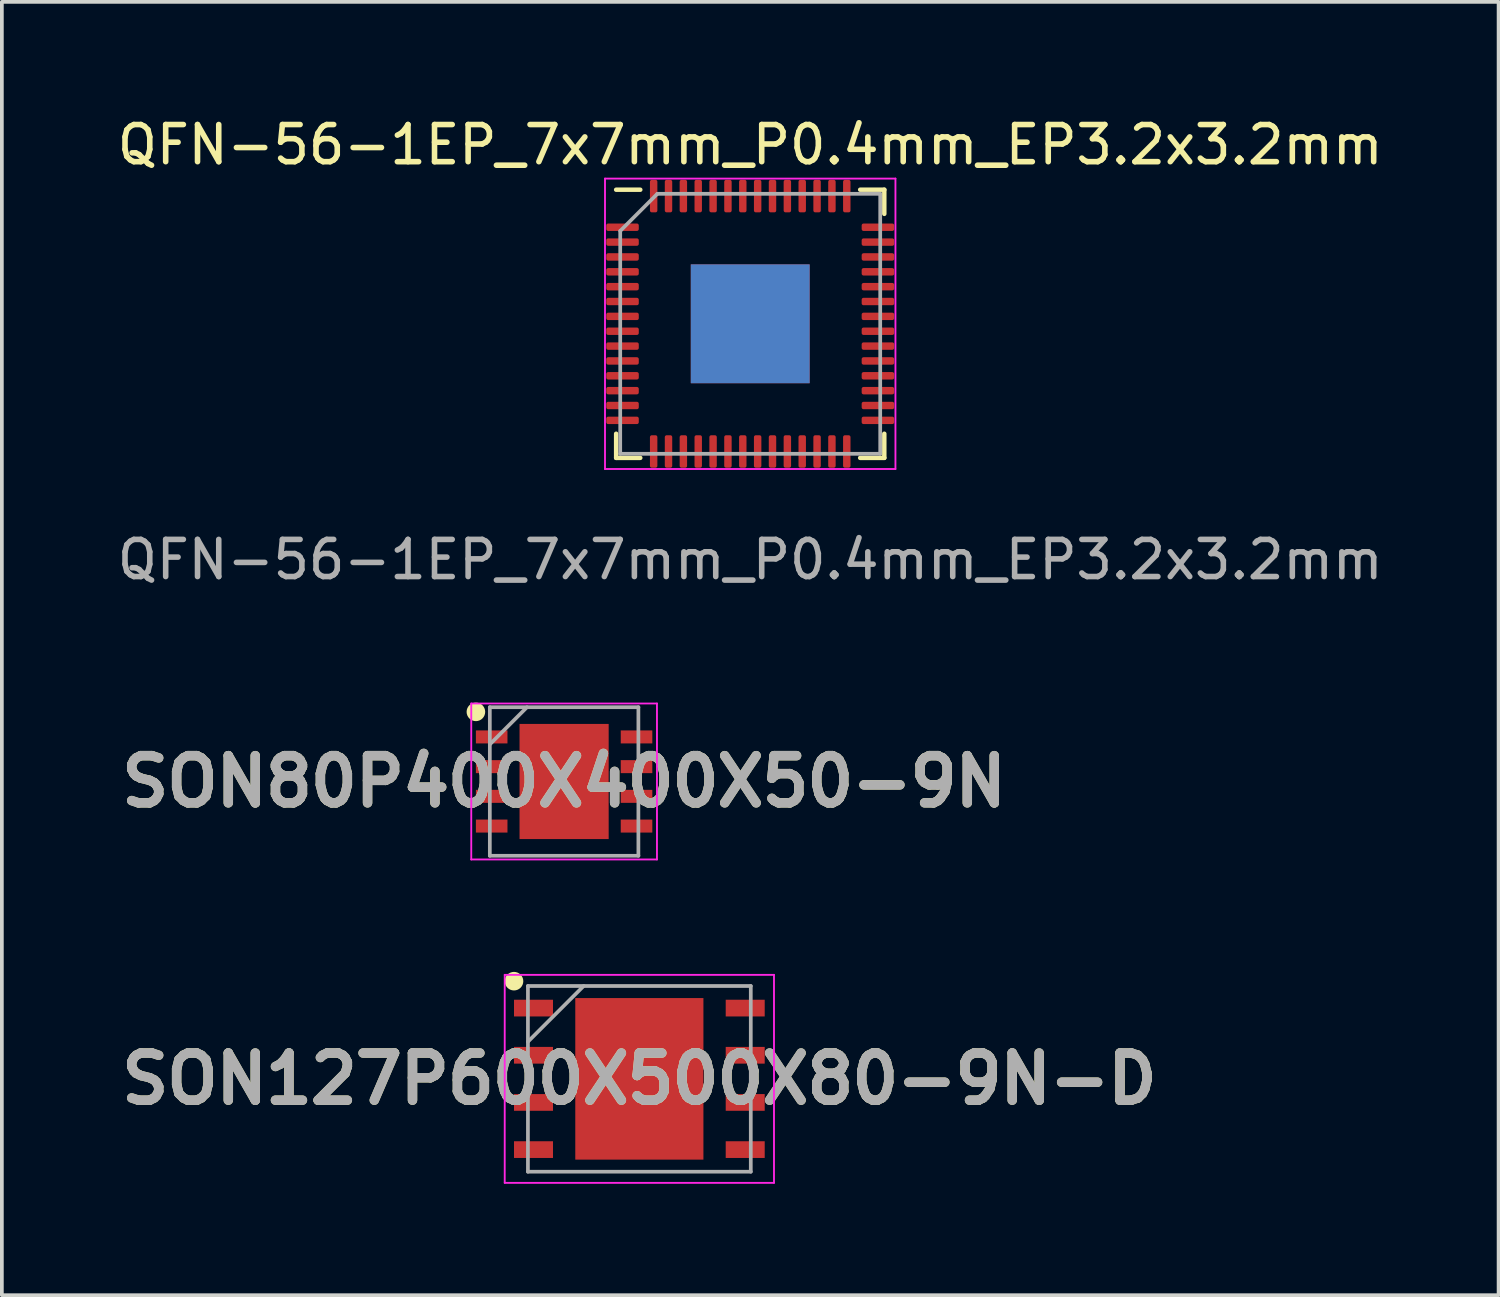
<source format=kicad_pcb>
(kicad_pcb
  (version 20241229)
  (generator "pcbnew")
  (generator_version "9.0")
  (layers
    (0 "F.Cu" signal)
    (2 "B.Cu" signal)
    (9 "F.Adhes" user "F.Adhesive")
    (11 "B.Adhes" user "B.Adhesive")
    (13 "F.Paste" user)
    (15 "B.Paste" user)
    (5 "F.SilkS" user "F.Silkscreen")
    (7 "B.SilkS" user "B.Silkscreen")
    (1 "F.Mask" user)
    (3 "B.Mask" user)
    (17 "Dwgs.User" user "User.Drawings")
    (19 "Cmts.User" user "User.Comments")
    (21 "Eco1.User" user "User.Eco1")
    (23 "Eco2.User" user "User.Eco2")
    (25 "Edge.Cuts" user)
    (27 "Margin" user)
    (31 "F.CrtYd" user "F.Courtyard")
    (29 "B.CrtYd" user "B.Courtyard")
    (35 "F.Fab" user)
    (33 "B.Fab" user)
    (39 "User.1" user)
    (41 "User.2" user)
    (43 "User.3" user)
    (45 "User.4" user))
  (footprint "SON127P600X500X80-9N-D"
    (layer "F.Cu")
    (at 14.164 25.997)
    (property "Reference" "SON127P600X500X80-9N-D" (at 0 0 0) (layer "F.SilkS") (effects (font (size 1.27 1.27) (thickness 0.254))))
    (attr smd)
    (fp_circle (center -3.375 -2.63) (end -3.375 -2.505) (stroke (width 0.25) (type solid)) (fill no) (layer "F.SilkS"))
    (fp_line (start -3.625 -2.8) (end 3.625 -2.8) (stroke (width 0.05) (type solid)) (layer "F.CrtYd"))
    (fp_line (start -3.625 2.8) (end -3.625 -2.8) (stroke (width 0.05) (type solid)) (layer "F.CrtYd"))
    (fp_line (start 3.625 -2.8) (end 3.625 2.8) (stroke (width 0.05) (type solid)) (layer "F.CrtYd"))
    (fp_line (start 3.625 2.8) (end -3.625 2.8) (stroke (width 0.05) (type solid)) (layer "F.CrtYd"))
    (fp_line (start -3 -2.5) (end 3 -2.5) (stroke (width 0.1) (type solid)) (layer "F.Fab"))
    (fp_line (start -3 -1) (end -1.5 -2.5) (stroke (width 0.1) (type solid)) (layer "F.Fab"))
    (fp_line (start -3 2.5) (end -3 -2.5) (stroke (width 0.1) (type solid)) (layer "F.Fab"))
    (fp_line (start 3 -2.5) (end 3 2.5) (stroke (width 0.1) (type solid)) (layer "F.Fab"))
    (fp_line (start 3 2.5) (end -3 2.5) (stroke (width 0.1) (type solid)) (layer "F.Fab"))
    (fp_text user "${REFERENCE}" (at 0 0 0) (layer "F.Fab") (effects (font (size 1.27 1.27) (thickness 0.254))))
    (pad "1" smd rect (at -2.85 -1.905 90) (size 0.45 1.05) (layers "F.Cu" "F.Mask" "F.Paste"))
    (pad "2" smd rect (at -2.85 -0.635 90) (size 0.45 1.05) (layers "F.Cu" "F.Mask" "F.Paste"))
    (pad "3" smd rect (at -2.85 0.635 90) (size 0.45 1.05) (layers "F.Cu" "F.Mask" "F.Paste"))
    (pad "4" smd rect (at -2.85 1.905 90) (size 0.45 1.05) (layers "F.Cu" "F.Mask" "F.Paste"))
    (pad "5" smd rect (at 2.85 1.905 90) (size 0.45 1.05) (layers "F.Cu" "F.Mask" "F.Paste"))
    (pad "6" smd rect (at 2.85 0.635 90) (size 0.45 1.05) (layers "F.Cu" "F.Mask" "F.Paste"))
    (pad "7" smd rect (at 2.85 -0.635 90) (size 0.45 1.05) (layers "F.Cu" "F.Mask" "F.Paste"))
    (pad "8" smd rect (at 2.85 -1.905 90) (size 0.45 1.05) (layers "F.Cu" "F.Mask" "F.Paste"))
    (pad "9" smd rect (at 0 0) (size 3.45 4.35) (layers "F.Cu" "F.Mask" "F.Paste")))
  (footprint "QFN-56-1EP_7x7mm_P0.4mm_EP3.2x3.2mm"
    (layer "F.Cu")
    (at 17.149 5.668)
    (property "Reference" "QFN-56-1EP_7x7mm_P0.4mm_EP3.2x3.2mm" (at 0 -4.82 0) (layer "F.SilkS") (effects (font (size 1 1) (thickness 0.15))))
    (attr smd)
    (fp_line (start -3.61 3.61) (end -3.61 2.96) (stroke (width 0.12) (type solid)) (layer "F.SilkS"))
    (fp_line (start -2.96 -3.61) (end -3.61 -3.61) (stroke (width 0.12) (type solid)) (layer "F.SilkS"))
    (fp_line (start -2.96 3.61) (end -3.61 3.61) (stroke (width 0.12) (type solid)) (layer "F.SilkS"))
    (fp_line (start 2.96 -3.61) (end 3.61 -3.61) (stroke (width 0.12) (type solid)) (layer "F.SilkS"))
    (fp_line (start 2.96 3.61) (end 3.61 3.61) (stroke (width 0.12) (type solid)) (layer "F.SilkS"))
    (fp_line (start 3.61 -3.61) (end 3.61 -2.96) (stroke (width 0.12) (type solid)) (layer "F.SilkS"))
    (fp_line (start 3.61 3.61) (end 3.61 2.96) (stroke (width 0.12) (type solid)) (layer "F.SilkS"))
    (fp_line (start -3.91 -3.91) (end -3.91 3.91) (stroke (width 0.05) (type solid)) (layer "F.CrtYd"))
    (fp_line (start -3.91 3.91) (end 3.91 3.91) (stroke (width 0.05) (type solid)) (layer "F.CrtYd"))
    (fp_line (start 3.91 -3.91) (end -3.91 -3.91) (stroke (width 0.05) (type solid)) (layer "F.CrtYd"))
    (fp_line (start 3.91 3.91) (end 3.91 -3.91) (stroke (width 0.05) (type solid)) (layer "F.CrtYd"))
    (fp_line (start -3.5 -2.5) (end -2.5 -3.5) (stroke (width 0.1) (type solid)) (layer "F.Fab"))
    (fp_line (start -3.5 3.5) (end -3.5 -2.5) (stroke (width 0.1) (type solid)) (layer "F.Fab"))
    (fp_line (start -2.5 -3.5) (end 3.5 -3.5) (stroke (width 0.1) (type solid)) (layer "F.Fab"))
    (fp_line (start 3.5 -3.5) (end 3.5 3.5) (stroke (width 0.1) (type solid)) (layer "F.Fab"))
    (fp_line (start 3.5 3.5) (end -3.5 3.5) (stroke (width 0.1) (type solid)) (layer "F.Fab"))
    (fp_text user "${REFERENCE}" (at 0 6.35 0) (layer "F.Fab") (effects (font (size 1 1) (thickness 0.15))))
    (pad "" smd roundrect (at -0.8 -0.8) (size 1.29 1.29) (layers "F.Paste") (roundrect_rratio 0.194))
    (pad "" smd roundrect (at -0.8 0.8) (size 1.29 1.29) (layers "F.Paste") (roundrect_rratio 0.194))
    (pad "" smd roundrect (at 0.8 -0.8) (size 1.29 1.29) (layers "F.Paste") (roundrect_rratio 0.194))
    (pad "" smd roundrect (at 0.8 0.8) (size 1.29 1.29) (layers "F.Paste") (roundrect_rratio 0.194))
    (pad "1" smd roundrect (at -3.438 -2.6) (size 0.875 0.2) (layers "F.Cu" "F.Mask" "F.Paste") (roundrect_rratio 0.25))
    (pad "2" smd roundrect (at -3.438 -2.2) (size 0.875 0.2) (layers "F.Cu" "F.Mask" "F.Paste") (roundrect_rratio 0.25))
    (pad "3" smd roundrect (at -3.438 -1.8) (size 0.875 0.2) (layers "F.Cu" "F.Mask" "F.Paste") (roundrect_rratio 0.25))
    (pad "4" smd roundrect (at -3.438 -1.4) (size 0.875 0.2) (layers "F.Cu" "F.Mask" "F.Paste") (roundrect_rratio 0.25))
    (pad "5" smd roundrect (at -3.438 -1) (size 0.875 0.2) (layers "F.Cu" "F.Mask" "F.Paste") (roundrect_rratio 0.25))
    (pad "6" smd roundrect (at -3.438 -0.6) (size 0.875 0.2) (layers "F.Cu" "F.Mask" "F.Paste") (roundrect_rratio 0.25))
    (pad "7" smd roundrect (at -3.438 -0.2) (size 0.875 0.2) (layers "F.Cu" "F.Mask" "F.Paste") (roundrect_rratio 0.25))
    (pad "8" smd roundrect (at -3.438 0.2) (size 0.875 0.2) (layers "F.Cu" "F.Mask" "F.Paste") (roundrect_rratio 0.25))
    (pad "9" smd roundrect (at -3.438 0.6) (size 0.875 0.2) (layers "F.Cu" "F.Mask" "F.Paste") (roundrect_rratio 0.25))
    (pad "10" smd roundrect (at -3.438 1) (size 0.875 0.2) (layers "F.Cu" "F.Mask" "F.Paste") (roundrect_rratio 0.25))
    (pad "11" smd roundrect (at -3.438 1.4) (size 0.875 0.2) (layers "F.Cu" "F.Mask" "F.Paste") (roundrect_rratio 0.25))
    (pad "12" smd roundrect (at -3.438 1.8) (size 0.875 0.2) (layers "F.Cu" "F.Mask" "F.Paste") (roundrect_rratio 0.25))
    (pad "13" smd roundrect (at -3.438 2.2) (size 0.875 0.2) (layers "F.Cu" "F.Mask" "F.Paste") (roundrect_rratio 0.25))
    (pad "14" smd roundrect (at -3.438 2.6) (size 0.875 0.2) (layers "F.Cu" "F.Mask" "F.Paste") (roundrect_rratio 0.25))
    (pad "15" smd roundrect (at -2.6 3.438) (size 0.2 0.875) (layers "F.Cu" "F.Mask" "F.Paste") (roundrect_rratio 0.25))
    (pad "16" smd roundrect (at -2.2 3.438) (size 0.2 0.875) (layers "F.Cu" "F.Mask" "F.Paste") (roundrect_rratio 0.25))
    (pad "17" smd roundrect (at -1.8 3.438) (size 0.2 0.875) (layers "F.Cu" "F.Mask" "F.Paste") (roundrect_rratio 0.25))
    (pad "18" smd roundrect (at -1.4 3.438) (size 0.2 0.875) (layers "F.Cu" "F.Mask" "F.Paste") (roundrect_rratio 0.25))
    (pad "19" smd roundrect (at -1 3.438) (size 0.2 0.875) (layers "F.Cu" "F.Mask" "F.Paste") (roundrect_rratio 0.25))
    (pad "20" smd roundrect (at -0.6 3.438) (size 0.2 0.875) (layers "F.Cu" "F.Mask" "F.Paste") (roundrect_rratio 0.25))
    (pad "21" smd roundrect (at -0.2 3.438) (size 0.2 0.875) (layers "F.Cu" "F.Mask" "F.Paste") (roundrect_rratio 0.25))
    (pad "22" smd roundrect (at 0.2 3.438) (size 0.2 0.875) (layers "F.Cu" "F.Mask" "F.Paste") (roundrect_rratio 0.25))
    (pad "23" smd roundrect (at 0.6 3.438) (size 0.2 0.875) (layers "F.Cu" "F.Mask" "F.Paste") (roundrect_rratio 0.25))
    (pad "24" smd roundrect (at 1 3.438) (size 0.2 0.875) (layers "F.Cu" "F.Mask" "F.Paste") (roundrect_rratio 0.25))
    (pad "25" smd roundrect (at 1.4 3.438) (size 0.2 0.875) (layers "F.Cu" "F.Mask" "F.Paste") (roundrect_rratio 0.25))
    (pad "26" smd roundrect (at 1.8 3.438) (size 0.2 0.875) (layers "F.Cu" "F.Mask" "F.Paste") (roundrect_rratio 0.25))
    (pad "27" smd roundrect (at 2.2 3.438) (size 0.2 0.875) (layers "F.Cu" "F.Mask" "F.Paste") (roundrect_rratio 0.25))
    (pad "28" smd roundrect (at 2.6 3.438) (size 0.2 0.875) (layers "F.Cu" "F.Mask" "F.Paste") (roundrect_rratio 0.25))
    (pad "29" smd roundrect (at 3.438 2.6) (size 0.875 0.2) (layers "F.Cu" "F.Mask" "F.Paste") (roundrect_rratio 0.25))
    (pad "30" smd roundrect (at 3.438 2.2) (size 0.875 0.2) (layers "F.Cu" "F.Mask" "F.Paste") (roundrect_rratio 0.25))
    (pad "31" smd roundrect (at 3.438 1.8) (size 0.875 0.2) (layers "F.Cu" "F.Mask" "F.Paste") (roundrect_rratio 0.25))
    (pad "32" smd roundrect (at 3.438 1.4) (size 0.875 0.2) (layers "F.Cu" "F.Mask" "F.Paste") (roundrect_rratio 0.25))
    (pad "33" smd roundrect (at 3.438 1) (size 0.875 0.2) (layers "F.Cu" "F.Mask" "F.Paste") (roundrect_rratio 0.25))
    (pad "34" smd roundrect (at 3.438 0.6) (size 0.875 0.2) (layers "F.Cu" "F.Mask" "F.Paste") (roundrect_rratio 0.25))
    (pad "35" smd roundrect (at 3.438 0.2) (size 0.875 0.2) (layers "F.Cu" "F.Mask" "F.Paste") (roundrect_rratio 0.25))
    (pad "36" smd roundrect (at 3.438 -0.2) (size 0.875 0.2) (layers "F.Cu" "F.Mask" "F.Paste") (roundrect_rratio 0.25))
    (pad "37" smd roundrect (at 3.438 -0.6) (size 0.875 0.2) (layers "F.Cu" "F.Mask" "F.Paste") (roundrect_rratio 0.25))
    (pad "38" smd roundrect (at 3.438 -1) (size 0.875 0.2) (layers "F.Cu" "F.Mask" "F.Paste") (roundrect_rratio 0.25))
    (pad "39" smd roundrect (at 3.438 -1.4) (size 0.875 0.2) (layers "F.Cu" "F.Mask" "F.Paste") (roundrect_rratio 0.25))
    (pad "40" smd roundrect (at 3.438 -1.8) (size 0.875 0.2) (layers "F.Cu" "F.Mask" "F.Paste") (roundrect_rratio 0.25))
    (pad "41" smd roundrect (at 3.438 -2.2) (size 0.875 0.2) (layers "F.Cu" "F.Mask" "F.Paste") (roundrect_rratio 0.25))
    (pad "42" smd roundrect (at 3.438 -2.6) (size 0.875 0.2) (layers "F.Cu" "F.Mask" "F.Paste") (roundrect_rratio 0.25))
    (pad "43" smd roundrect (at 2.6 -3.438) (size 0.2 0.875) (layers "F.Cu" "F.Mask" "F.Paste") (roundrect_rratio 0.25))
    (pad "44" smd roundrect (at 2.2 -3.438) (size 0.2 0.875) (layers "F.Cu" "F.Mask" "F.Paste") (roundrect_rratio 0.25))
    (pad "45" smd roundrect (at 1.8 -3.438) (size 0.2 0.875) (layers "F.Cu" "F.Mask" "F.Paste") (roundrect_rratio 0.25))
    (pad "46" smd roundrect (at 1.4 -3.438) (size 0.2 0.875) (layers "F.Cu" "F.Mask" "F.Paste") (roundrect_rratio 0.25))
    (pad "47" smd roundrect (at 1 -3.438) (size 0.2 0.875) (layers "F.Cu" "F.Mask" "F.Paste") (roundrect_rratio 0.25))
    (pad "48" smd roundrect (at 0.6 -3.438) (size 0.2 0.875) (layers "F.Cu" "F.Mask" "F.Paste") (roundrect_rratio 0.25))
    (pad "49" smd roundrect (at 0.2 -3.438) (size 0.2 0.875) (layers "F.Cu" "F.Mask" "F.Paste") (roundrect_rratio 0.25))
    (pad "50" smd roundrect (at -0.2 -3.438) (size 0.2 0.875) (layers "F.Cu" "F.Mask" "F.Paste") (roundrect_rratio 0.25))
    (pad "51" smd roundrect (at -0.6 -3.438) (size 0.2 0.875) (layers "F.Cu" "F.Mask" "F.Paste") (roundrect_rratio 0.25))
    (pad "52" smd roundrect (at -1 -3.438) (size 0.2 0.875) (layers "F.Cu" "F.Mask" "F.Paste") (roundrect_rratio 0.25))
    (pad "53" smd roundrect (at -1.4 -3.438) (size 0.2 0.875) (layers "F.Cu" "F.Mask" "F.Paste") (roundrect_rratio 0.25))
    (pad "54" smd roundrect (at -1.8 -3.438) (size 0.2 0.875) (layers "F.Cu" "F.Mask" "F.Paste") (roundrect_rratio 0.25))
    (pad "55" smd roundrect (at -2.2 -3.438) (size 0.2 0.875) (layers "F.Cu" "F.Mask" "F.Paste") (roundrect_rratio 0.25))
    (pad "56" smd roundrect (at -2.6 -3.438) (size 0.2 0.875) (layers "F.Cu" "F.Mask" "F.Paste") (roundrect_rratio 0.25))
    (pad "57" smd rect (at 0 0) (size 3.2 3.2) (layers "F.Cu" "F.Mask"))
    (pad "57" smd rect (at 0 0) (size 3.2 3.2) (property pad_prop_heatsink) (layers "B.Cu" "B.Mask")))
  (footprint "SON80P400X400X50-9N"
    (layer "F.Cu")
    (at 12.138 17.991)
    (property "Reference" "SON80P400X400X50-9N" (at 0 0 0) (layer "F.SilkS") (effects (font (size 1.27 1.27) (thickness 0.254))))
    (attr smd)
    (fp_circle (center -2.375 -1.875) (end -2.375 -1.75) (stroke (width 0.25) (type solid)) (fill no) (layer "F.SilkS"))
    (fp_line (start -2.5 -2.1) (end 2.5 -2.1) (stroke (width 0.05) (type solid)) (layer "F.CrtYd"))
    (fp_line (start -2.5 2.1) (end -2.5 -2.1) (stroke (width 0.05) (type solid)) (layer "F.CrtYd"))
    (fp_line (start 2.5 -2.1) (end 2.5 2.1) (stroke (width 0.05) (type solid)) (layer "F.CrtYd"))
    (fp_line (start 2.5 2.1) (end -2.5 2.1) (stroke (width 0.05) (type solid)) (layer "F.CrtYd"))
    (fp_line (start -2 -2) (end 2 -2) (stroke (width 0.1) (type solid)) (layer "F.Fab"))
    (fp_line (start -2 -1) (end -1 -2) (stroke (width 0.1) (type solid)) (layer "F.Fab"))
    (fp_line (start -2 2) (end -2 -2) (stroke (width 0.1) (type solid)) (layer "F.Fab"))
    (fp_line (start 2 -2) (end 2 2) (stroke (width 0.1) (type solid)) (layer "F.Fab"))
    (fp_line (start 2 2) (end -2 2) (stroke (width 0.1) (type solid)) (layer "F.Fab"))
    (fp_text user "${REFERENCE}" (at 0 0 0) (layer "F.Fab") (effects (font (size 1.27 1.27) (thickness 0.254))))
    (pad "1" smd rect (at -1.95 -1.2 90) (size 0.35 0.85) (layers "F.Cu" "F.Mask" "F.Paste"))
    (pad "2" smd rect (at -1.95 -0.4 90) (size 0.35 0.85) (layers "F.Cu" "F.Mask" "F.Paste"))
    (pad "3" smd rect (at -1.95 0.4 90) (size 0.35 0.85) (layers "F.Cu" "F.Mask" "F.Paste"))
    (pad "4" smd rect (at -1.95 1.2 90) (size 0.35 0.85) (layers "F.Cu" "F.Mask" "F.Paste"))
    (pad "5" smd rect (at 1.95 1.2 90) (size 0.35 0.85) (layers "F.Cu" "F.Mask" "F.Paste"))
    (pad "6" smd rect (at 1.95 0.4 90) (size 0.35 0.85) (layers "F.Cu" "F.Mask" "F.Paste"))
    (pad "7" smd rect (at 1.95 -0.4 90) (size 0.35 0.85) (layers "F.Cu" "F.Mask" "F.Paste"))
    (pad "8" smd rect (at 1.95 -1.2 90) (size 0.35 0.85) (layers "F.Cu" "F.Mask" "F.Paste"))
    (pad "9" smd rect (at 0 0) (size 2.4 3.1) (layers "F.Cu" "F.Mask" "F.Paste")))
  (gr_rect
    (start -3 -3)
    (end 37.298 31.822)
    (stroke (width 0.1) (type default))
    (fill no)
    (layer "Edge.Cuts")))
</source>
